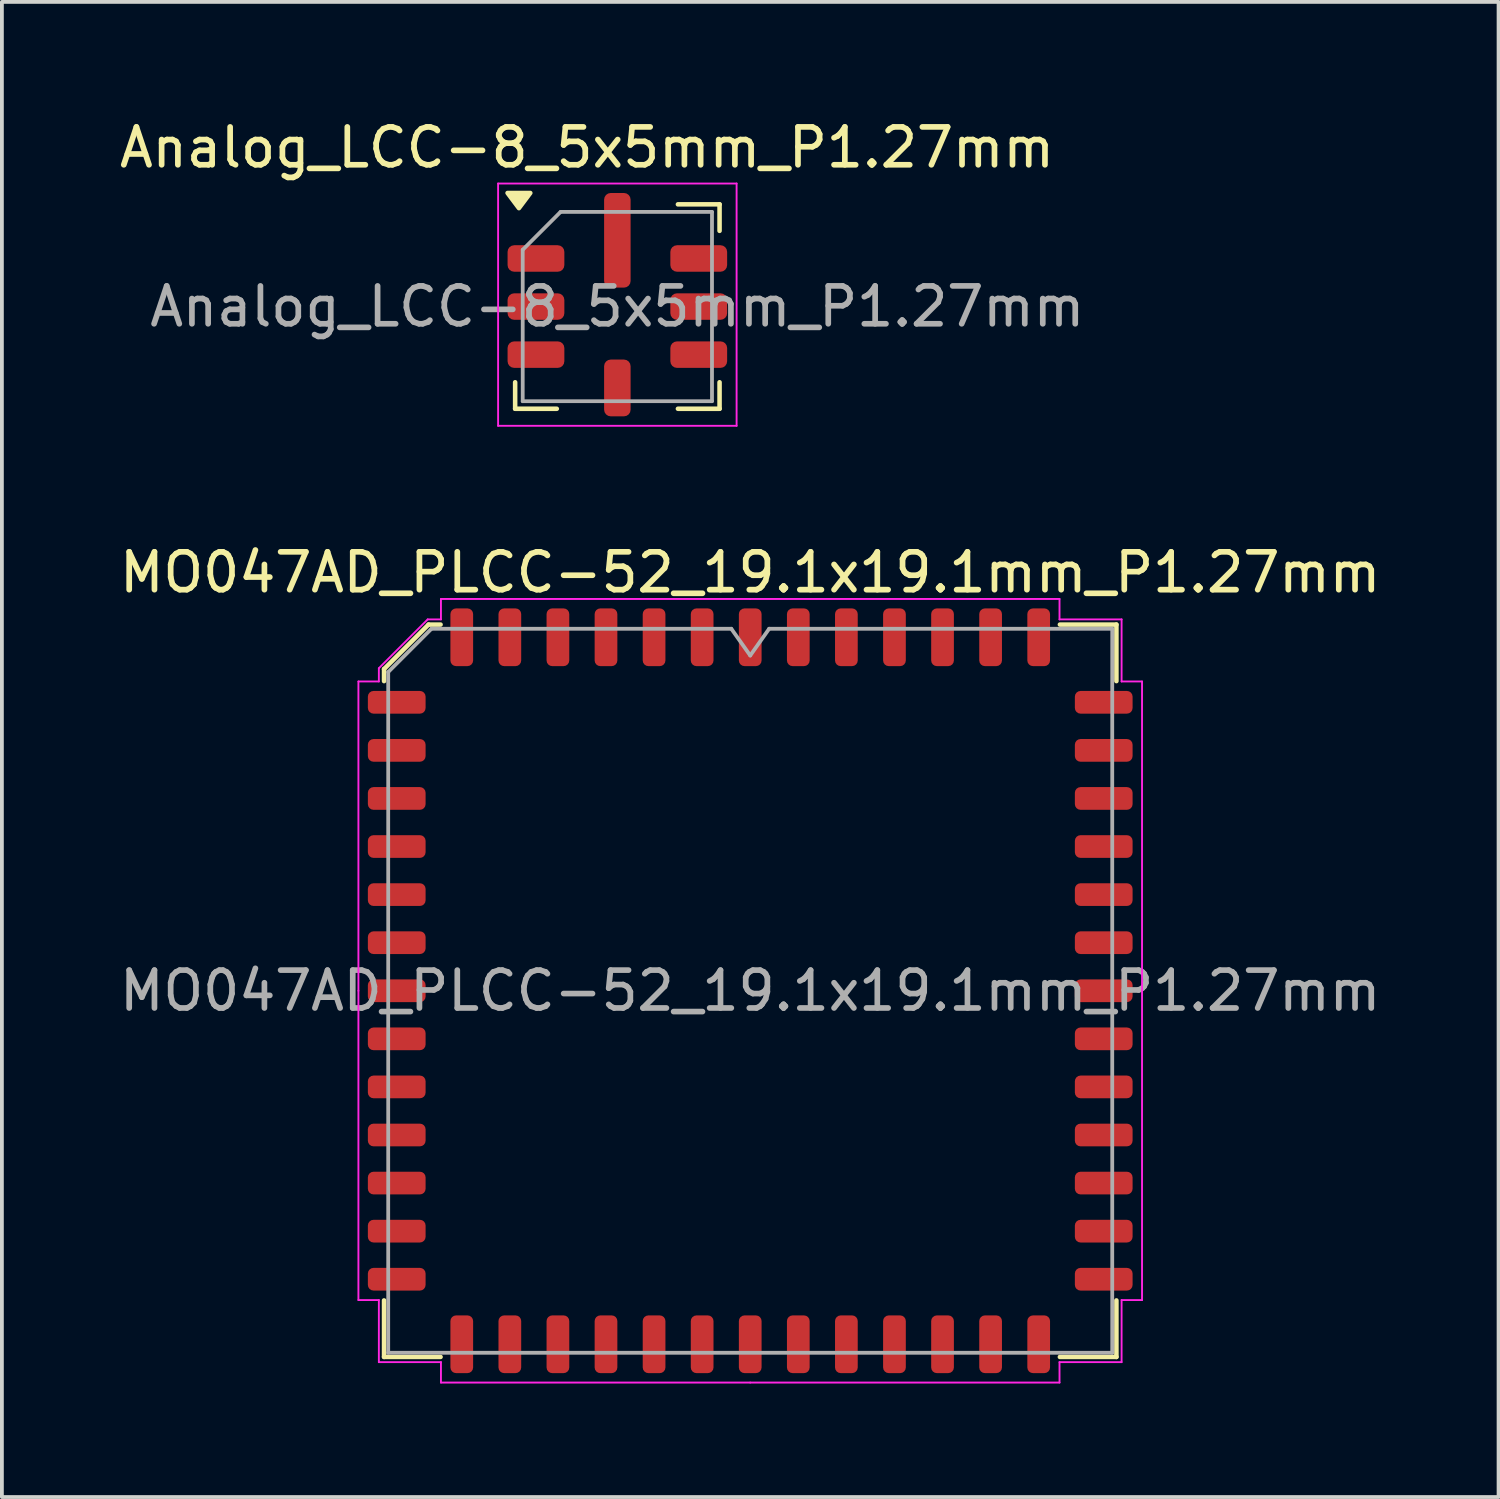
<source format=kicad_pcb>
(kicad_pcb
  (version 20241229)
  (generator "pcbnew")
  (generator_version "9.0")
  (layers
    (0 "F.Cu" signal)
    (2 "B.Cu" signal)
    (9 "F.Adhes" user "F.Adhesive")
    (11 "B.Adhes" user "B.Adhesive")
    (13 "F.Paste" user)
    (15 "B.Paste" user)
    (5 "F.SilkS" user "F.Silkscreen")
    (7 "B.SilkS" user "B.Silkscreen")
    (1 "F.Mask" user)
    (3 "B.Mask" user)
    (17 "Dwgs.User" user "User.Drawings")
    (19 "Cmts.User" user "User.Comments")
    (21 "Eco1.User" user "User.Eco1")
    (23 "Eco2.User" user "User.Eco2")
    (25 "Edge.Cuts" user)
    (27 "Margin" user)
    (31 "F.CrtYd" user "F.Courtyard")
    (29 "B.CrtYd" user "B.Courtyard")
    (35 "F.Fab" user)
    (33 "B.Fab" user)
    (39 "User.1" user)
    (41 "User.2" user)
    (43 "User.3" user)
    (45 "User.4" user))
  (footprint "Analog_LCC-8_5x5mm_P1.27mm"
    (layer "F.Cu")
    (at 13.258 5.048)
    (property "Reference" "Analog_LCC-8_5x5mm_P1.27mm" (at -0.8 -4.2 0) (layer "F.SilkS") (effects (font (size 1 1) (thickness 0.15))))
    (attr smd)
    (fp_line (start -2.7 2.7) (end -2.7 2) (stroke (width 0.12) (type solid)) (layer "F.SilkS"))
    (fp_line (start -1.6 2.7) (end -2.7 2.7) (stroke (width 0.12) (type solid)) (layer "F.SilkS"))
    (fp_line (start 1.6 -2.7) (end 2.7 -2.7) (stroke (width 0.12) (type solid)) (layer "F.SilkS"))
    (fp_line (start 2.7 -2.7) (end 2.7 -2) (stroke (width 0.12) (type solid)) (layer "F.SilkS"))
    (fp_line (start 2.7 2) (end 2.7 2.7) (stroke (width 0.12) (type solid)) (layer "F.SilkS"))
    (fp_line (start 2.7 2.7) (end 1.6 2.7) (stroke (width 0.12) (type solid)) (layer "F.SilkS"))
    (fp_poly (pts (xy -2.6 -2.6) (xy -2.9 -3) (xy -2.3 -3)) (stroke (width 0.12) (type solid)) (fill yes) (layer "F.SilkS"))
    (fp_line (start -3.15 -3.25) (end -3.15 3.15) (stroke (width 0.05) (type solid)) (layer "F.CrtYd"))
    (fp_line (start -3.15 3.15) (end 3.15 3.15) (stroke (width 0.05) (type solid)) (layer "F.CrtYd"))
    (fp_line (start 3.15 -3.25) (end -3.15 -3.25) (stroke (width 0.05) (type solid)) (layer "F.CrtYd"))
    (fp_line (start 3.15 3.15) (end 3.15 -3.25) (stroke (width 0.05) (type solid)) (layer "F.CrtYd"))
    (fp_line (start -2.5 -1.5) (end -2.5 2.5) (stroke (width 0.1) (type solid)) (layer "F.Fab"))
    (fp_line (start -2.5 -1.5) (end -1.5 -2.5) (stroke (width 0.1) (type solid)) (layer "F.Fab"))
    (fp_line (start -2.5 2.5) (end 2.5 2.5) (stroke (width 0.1) (type solid)) (layer "F.Fab"))
    (fp_line (start 2.5 -2.5) (end -1.5 -2.5) (stroke (width 0.1) (type solid)) (layer "F.Fab"))
    (fp_line (start 2.5 2.5) (end 2.5 -2.5) (stroke (width 0.1) (type solid)) (layer "F.Fab"))
    (fp_text user "${REFERENCE}" (at 0 0 0) (layer "F.Fab") (effects (font (size 1 1) (thickness 0.15))))
    (pad "1" smd roundrect (at -2.15 -1.27 90) (size 0.7 1.5) (layers "F.Cu" "F.Mask" "F.Paste") (roundrect_rratio 0.25))
    (pad "2" smd roundrect (at -2.15 0 90) (size 0.7 1.5) (layers "F.Cu" "F.Mask" "F.Paste") (roundrect_rratio 0.25))
    (pad "3" smd roundrect (at -2.15 1.27 90) (size 0.7 1.5) (layers "F.Cu" "F.Mask" "F.Paste") (roundrect_rratio 0.25))
    (pad "4" smd roundrect (at 0 2.15 90) (size 1.5 0.7) (layers "F.Cu" "F.Mask" "F.Paste") (roundrect_rratio 0.25))
    (pad "5" smd roundrect (at 2.15 1.27) (size 1.5 0.7) (layers "F.Cu" "F.Mask" "F.Paste") (roundrect_rratio 0.25))
    (pad "6" smd roundrect (at 2.15 0) (size 1.5 0.7) (layers "F.Cu" "F.Mask" "F.Paste") (roundrect_rratio 0.25))
    (pad "7" smd roundrect (at 2.15 -1.27) (size 1.5 0.7) (layers "F.Cu" "F.Mask" "F.Paste") (roundrect_rratio 0.25))
    (pad "8" smd roundrect (at 0 -1.75 90) (size 2.5 0.7) (layers "F.Cu" "F.Mask" "F.Paste") (roundrect_rratio 0.25)))
  (footprint "MO047AD_PLCC-52_19.1x19.1mm_P1.27mm"
    (layer "F.Cu")
    (at 16.768 23.122)
    (property "Reference" "MO047AD_PLCC-52_19.1x19.1mm_P1.27mm" (at 0 -11.05 0) (layer "F.SilkS") (effects (font (size 1 1) (thickness 0.15))))
    (attr smd)
    (fp_line (start -9.673 -8.498) (end -9.673 -8.18) (stroke (width 0.12) (type solid)) (layer "F.SilkS"))
    (fp_line (start -9.673 9.673) (end -9.673 8.18) (stroke (width 0.12) (type solid)) (layer "F.SilkS"))
    (fp_line (start -8.498 -9.673) (end -9.673 -8.498) (stroke (width 0.12) (type solid)) (layer "F.SilkS"))
    (fp_line (start -8.18 -9.673) (end -8.498 -9.673) (stroke (width 0.12) (type solid)) (layer "F.SilkS"))
    (fp_line (start -8.18 9.673) (end -9.673 9.673) (stroke (width 0.12) (type solid)) (layer "F.SilkS"))
    (fp_line (start 8.18 -9.673) (end 9.673 -9.673) (stroke (width 0.12) (type solid)) (layer "F.SilkS"))
    (fp_line (start 8.18 9.673) (end 9.673 9.673) (stroke (width 0.12) (type solid)) (layer "F.SilkS"))
    (fp_line (start 9.673 -9.673) (end 9.673 -8.18) (stroke (width 0.12) (type solid)) (layer "F.SilkS"))
    (fp_line (start 9.673 9.673) (end 9.673 8.18) (stroke (width 0.12) (type solid)) (layer "F.SilkS"))
    (fp_line (start -10.35 -8.17) (end -10.35 0) (stroke (width 0.05) (type solid)) (layer "F.CrtYd"))
    (fp_line (start -10.35 8.17) (end -10.35 0) (stroke (width 0.05) (type solid)) (layer "F.CrtYd"))
    (fp_line (start -9.81 -8.52) (end -9.81 -8.17) (stroke (width 0.05) (type solid)) (layer "F.CrtYd"))
    (fp_line (start -9.81 -8.17) (end -10.35 -8.17) (stroke (width 0.05) (type solid)) (layer "F.CrtYd"))
    (fp_line (start -9.81 8.17) (end -10.35 8.17) (stroke (width 0.05) (type solid)) (layer "F.CrtYd"))
    (fp_line (start -9.81 9.81) (end -9.81 8.17) (stroke (width 0.05) (type solid)) (layer "F.CrtYd"))
    (fp_line (start -8.52 -9.81) (end -9.81 -8.52) (stroke (width 0.05) (type solid)) (layer "F.CrtYd"))
    (fp_line (start -8.17 -10.35) (end -8.17 -9.81) (stroke (width 0.05) (type solid)) (layer "F.CrtYd"))
    (fp_line (start -8.17 -9.81) (end -8.52 -9.81) (stroke (width 0.05) (type solid)) (layer "F.CrtYd"))
    (fp_line (start -8.17 9.81) (end -9.81 9.81) (stroke (width 0.05) (type solid)) (layer "F.CrtYd"))
    (fp_line (start -8.17 10.35) (end -8.17 9.81) (stroke (width 0.05) (type solid)) (layer "F.CrtYd"))
    (fp_line (start 0 -10.35) (end -8.17 -10.35) (stroke (width 0.05) (type solid)) (layer "F.CrtYd"))
    (fp_line (start 0 -10.35) (end 8.17 -10.35) (stroke (width 0.05) (type solid)) (layer "F.CrtYd"))
    (fp_line (start 0 10.35) (end -8.17 10.35) (stroke (width 0.05) (type solid)) (layer "F.CrtYd"))
    (fp_line (start 0 10.35) (end 8.17 10.35) (stroke (width 0.05) (type solid)) (layer "F.CrtYd"))
    (fp_line (start 8.17 -10.35) (end 8.17 -9.81) (stroke (width 0.05) (type solid)) (layer "F.CrtYd"))
    (fp_line (start 8.17 -9.81) (end 9.81 -9.81) (stroke (width 0.05) (type solid)) (layer "F.CrtYd"))
    (fp_line (start 8.17 9.81) (end 9.81 9.81) (stroke (width 0.05) (type solid)) (layer "F.CrtYd"))
    (fp_line (start 8.17 10.35) (end 8.17 9.81) (stroke (width 0.05) (type solid)) (layer "F.CrtYd"))
    (fp_line (start 9.81 -9.81) (end 9.81 -8.17) (stroke (width 0.05) (type solid)) (layer "F.CrtYd"))
    (fp_line (start 9.81 -8.17) (end 10.35 -8.17) (stroke (width 0.05) (type solid)) (layer "F.CrtYd"))
    (fp_line (start 9.81 8.17) (end 10.35 8.17) (stroke (width 0.05) (type solid)) (layer "F.CrtYd"))
    (fp_line (start 9.81 9.81) (end 9.81 8.17) (stroke (width 0.05) (type solid)) (layer "F.CrtYd"))
    (fp_line (start 10.35 -8.17) (end 10.35 0) (stroke (width 0.05) (type solid)) (layer "F.CrtYd"))
    (fp_line (start 10.35 8.17) (end 10.35 0) (stroke (width 0.05) (type solid)) (layer "F.CrtYd"))
    (fp_line (start -9.563 -8.42) (end -8.42 -9.563) (stroke (width 0.1) (type solid)) (layer "F.Fab"))
    (fp_line (start -9.563 9.563) (end -9.563 -8.42) (stroke (width 0.1) (type solid)) (layer "F.Fab"))
    (fp_line (start -8.42 -9.563) (end -0.5 -9.563) (stroke (width 0.1) (type solid)) (layer "F.Fab"))
    (fp_line (start -0.5 -9.563) (end 0 -8.856) (stroke (width 0.1) (type solid)) (layer "F.Fab"))
    (fp_line (start 0 -8.856) (end 0.5 -9.563) (stroke (width 0.1) (type solid)) (layer "F.Fab"))
    (fp_line (start 0.5 -9.563) (end 9.563 -9.563) (stroke (width 0.1) (type solid)) (layer "F.Fab"))
    (fp_line (start 9.563 -9.563) (end 9.563 9.563) (stroke (width 0.1) (type solid)) (layer "F.Fab"))
    (fp_line (start 9.563 9.563) (end -9.563 9.563) (stroke (width 0.1) (type solid)) (layer "F.Fab"))
    (fp_text user "${REFERENCE}" (at 0 0 0) (layer "F.Fab") (effects (font (size 1 1) (thickness 0.15))))
    (pad "1" smd roundrect (at 0 -9.338) (size 0.6 1.525) (layers "F.Cu" "F.Mask" "F.Paste") (roundrect_rratio 0.25))
    (pad "2" smd roundrect (at -1.27 -9.338) (size 0.6 1.525) (layers "F.Cu" "F.Mask" "F.Paste") (roundrect_rratio 0.25))
    (pad "3" smd roundrect (at -2.54 -9.338) (size 0.6 1.525) (layers "F.Cu" "F.Mask" "F.Paste") (roundrect_rratio 0.25))
    (pad "4" smd roundrect (at -3.81 -9.338) (size 0.6 1.525) (layers "F.Cu" "F.Mask" "F.Paste") (roundrect_rratio 0.25))
    (pad "5" smd roundrect (at -5.08 -9.338) (size 0.6 1.525) (layers "F.Cu" "F.Mask" "F.Paste") (roundrect_rratio 0.25))
    (pad "6" smd roundrect (at -6.35 -9.338) (size 0.6 1.525) (layers "F.Cu" "F.Mask" "F.Paste") (roundrect_rratio 0.25))
    (pad "7" smd roundrect (at -7.62 -9.338) (size 0.6 1.525) (layers "F.Cu" "F.Mask" "F.Paste") (roundrect_rratio 0.25))
    (pad "8" smd roundrect (at -9.338 -7.62) (size 1.525 0.6) (layers "F.Cu" "F.Mask" "F.Paste") (roundrect_rratio 0.25))
    (pad "9" smd roundrect (at -9.338 -6.35) (size 1.525 0.6) (layers "F.Cu" "F.Mask" "F.Paste") (roundrect_rratio 0.25))
    (pad "10" smd roundrect (at -9.338 -5.08) (size 1.525 0.6) (layers "F.Cu" "F.Mask" "F.Paste") (roundrect_rratio 0.25))
    (pad "11" smd roundrect (at -9.338 -3.81) (size 1.525 0.6) (layers "F.Cu" "F.Mask" "F.Paste") (roundrect_rratio 0.25))
    (pad "12" smd roundrect (at -9.338 -2.54) (size 1.525 0.6) (layers "F.Cu" "F.Mask" "F.Paste") (roundrect_rratio 0.25))
    (pad "13" smd roundrect (at -9.338 -1.27) (size 1.525 0.6) (layers "F.Cu" "F.Mask" "F.Paste") (roundrect_rratio 0.25))
    (pad "14" smd roundrect (at -9.338 0) (size 1.525 0.6) (layers "F.Cu" "F.Mask" "F.Paste") (roundrect_rratio 0.25))
    (pad "15" smd roundrect (at -9.338 1.27) (size 1.525 0.6) (layers "F.Cu" "F.Mask" "F.Paste") (roundrect_rratio 0.25))
    (pad "16" smd roundrect (at -9.338 2.54) (size 1.525 0.6) (layers "F.Cu" "F.Mask" "F.Paste") (roundrect_rratio 0.25))
    (pad "17" smd roundrect (at -9.338 3.81) (size 1.525 0.6) (layers "F.Cu" "F.Mask" "F.Paste") (roundrect_rratio 0.25))
    (pad "18" smd roundrect (at -9.338 5.08) (size 1.525 0.6) (layers "F.Cu" "F.Mask" "F.Paste") (roundrect_rratio 0.25))
    (pad "19" smd roundrect (at -9.338 6.35) (size 1.525 0.6) (layers "F.Cu" "F.Mask" "F.Paste") (roundrect_rratio 0.25))
    (pad "20" smd roundrect (at -9.338 7.62) (size 1.525 0.6) (layers "F.Cu" "F.Mask" "F.Paste") (roundrect_rratio 0.25))
    (pad "21" smd roundrect (at -7.62 9.338) (size 0.6 1.525) (layers "F.Cu" "F.Mask" "F.Paste") (roundrect_rratio 0.25))
    (pad "22" smd roundrect (at -6.35 9.338) (size 0.6 1.525) (layers "F.Cu" "F.Mask" "F.Paste") (roundrect_rratio 0.25))
    (pad "23" smd roundrect (at -5.08 9.338) (size 0.6 1.525) (layers "F.Cu" "F.Mask" "F.Paste") (roundrect_rratio 0.25))
    (pad "24" smd roundrect (at -3.81 9.338) (size 0.6 1.525) (layers "F.Cu" "F.Mask" "F.Paste") (roundrect_rratio 0.25))
    (pad "25" smd roundrect (at -2.54 9.338) (size 0.6 1.525) (layers "F.Cu" "F.Mask" "F.Paste") (roundrect_rratio 0.25))
    (pad "26" smd roundrect (at -1.27 9.338) (size 0.6 1.525) (layers "F.Cu" "F.Mask" "F.Paste") (roundrect_rratio 0.25))
    (pad "27" smd roundrect (at 0 9.338) (size 0.6 1.525) (layers "F.Cu" "F.Mask" "F.Paste") (roundrect_rratio 0.25))
    (pad "28" smd roundrect (at 1.27 9.338) (size 0.6 1.525) (layers "F.Cu" "F.Mask" "F.Paste") (roundrect_rratio 0.25))
    (pad "29" smd roundrect (at 2.54 9.338) (size 0.6 1.525) (layers "F.Cu" "F.Mask" "F.Paste") (roundrect_rratio 0.25))
    (pad "30" smd roundrect (at 3.81 9.338) (size 0.6 1.525) (layers "F.Cu" "F.Mask" "F.Paste") (roundrect_rratio 0.25))
    (pad "31" smd roundrect (at 5.08 9.338) (size 0.6 1.525) (layers "F.Cu" "F.Mask" "F.Paste") (roundrect_rratio 0.25))
    (pad "32" smd roundrect (at 6.35 9.338) (size 0.6 1.525) (layers "F.Cu" "F.Mask" "F.Paste") (roundrect_rratio 0.25))
    (pad "33" smd roundrect (at 7.62 9.338) (size 0.6 1.525) (layers "F.Cu" "F.Mask" "F.Paste") (roundrect_rratio 0.25))
    (pad "34" smd roundrect (at 9.338 7.62) (size 1.525 0.6) (layers "F.Cu" "F.Mask" "F.Paste") (roundrect_rratio 0.25))
    (pad "35" smd roundrect (at 9.338 6.35) (size 1.525 0.6) (layers "F.Cu" "F.Mask" "F.Paste") (roundrect_rratio 0.25))
    (pad "36" smd roundrect (at 9.338 5.08) (size 1.525 0.6) (layers "F.Cu" "F.Mask" "F.Paste") (roundrect_rratio 0.25))
    (pad "37" smd roundrect (at 9.338 3.81) (size 1.525 0.6) (layers "F.Cu" "F.Mask" "F.Paste") (roundrect_rratio 0.25))
    (pad "38" smd roundrect (at 9.338 2.54) (size 1.525 0.6) (layers "F.Cu" "F.Mask" "F.Paste") (roundrect_rratio 0.25))
    (pad "39" smd roundrect (at 9.338 1.27) (size 1.525 0.6) (layers "F.Cu" "F.Mask" "F.Paste") (roundrect_rratio 0.25))
    (pad "40" smd roundrect (at 9.338 0) (size 1.525 0.6) (layers "F.Cu" "F.Mask" "F.Paste") (roundrect_rratio 0.25))
    (pad "41" smd roundrect (at 9.338 -1.27) (size 1.525 0.6) (layers "F.Cu" "F.Mask" "F.Paste") (roundrect_rratio 0.25))
    (pad "42" smd roundrect (at 9.338 -2.54) (size 1.525 0.6) (layers "F.Cu" "F.Mask" "F.Paste") (roundrect_rratio 0.25))
    (pad "43" smd roundrect (at 9.338 -3.81) (size 1.525 0.6) (layers "F.Cu" "F.Mask" "F.Paste") (roundrect_rratio 0.25))
    (pad "44" smd roundrect (at 9.338 -5.08) (size 1.525 0.6) (layers "F.Cu" "F.Mask" "F.Paste") (roundrect_rratio 0.25))
    (pad "45" smd roundrect (at 9.338 -6.35) (size 1.525 0.6) (layers "F.Cu" "F.Mask" "F.Paste") (roundrect_rratio 0.25))
    (pad "46" smd roundrect (at 9.338 -7.62) (size 1.525 0.6) (layers "F.Cu" "F.Mask" "F.Paste") (roundrect_rratio 0.25))
    (pad "47" smd roundrect (at 7.62 -9.338) (size 0.6 1.525) (layers "F.Cu" "F.Mask" "F.Paste") (roundrect_rratio 0.25))
    (pad "48" smd roundrect (at 6.35 -9.338) (size 0.6 1.525) (layers "F.Cu" "F.Mask" "F.Paste") (roundrect_rratio 0.25))
    (pad "49" smd roundrect (at 5.08 -9.338) (size 0.6 1.525) (layers "F.Cu" "F.Mask" "F.Paste") (roundrect_rratio 0.25))
    (pad "50" smd roundrect (at 3.81 -9.338) (size 0.6 1.525) (layers "F.Cu" "F.Mask" "F.Paste") (roundrect_rratio 0.25))
    (pad "51" smd roundrect (at 2.54 -9.338) (size 0.6 1.525) (layers "F.Cu" "F.Mask" "F.Paste") (roundrect_rratio 0.25))
    (pad "52" smd roundrect (at 1.27 -9.338) (size 0.6 1.525) (layers "F.Cu" "F.Mask" "F.Paste") (roundrect_rratio 0.25)))
  (gr_rect
    (start -3 -3)
    (end 36.536 36.496)
    (stroke (width 0.1) (type default))
    (fill no)
    (layer "Edge.Cuts")))
</source>
